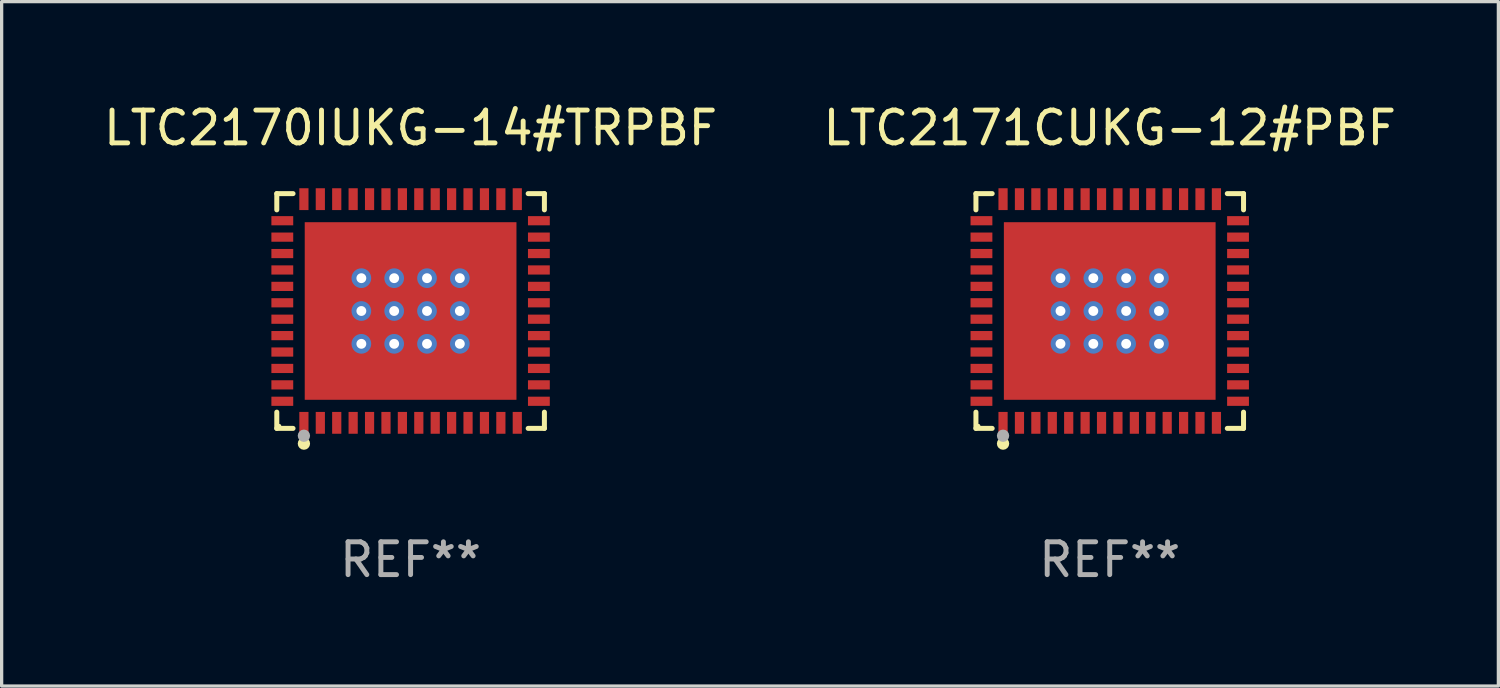
<source format=kicad_pcb>
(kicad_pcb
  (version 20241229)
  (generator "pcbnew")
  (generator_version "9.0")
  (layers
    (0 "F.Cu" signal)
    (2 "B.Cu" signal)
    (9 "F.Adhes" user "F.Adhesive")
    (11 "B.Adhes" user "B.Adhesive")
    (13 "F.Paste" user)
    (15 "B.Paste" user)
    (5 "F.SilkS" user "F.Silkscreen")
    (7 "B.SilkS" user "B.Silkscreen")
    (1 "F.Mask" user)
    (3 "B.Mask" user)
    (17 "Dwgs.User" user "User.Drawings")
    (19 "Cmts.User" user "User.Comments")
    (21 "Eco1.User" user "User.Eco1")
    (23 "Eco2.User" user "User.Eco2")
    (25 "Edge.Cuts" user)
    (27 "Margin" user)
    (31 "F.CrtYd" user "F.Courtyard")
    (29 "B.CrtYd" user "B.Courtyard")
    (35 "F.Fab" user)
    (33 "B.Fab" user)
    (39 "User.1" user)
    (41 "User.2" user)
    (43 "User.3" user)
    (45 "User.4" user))
  (footprint "LTC2171CUKG-12#PBF"
    (layer "F.Cu")
    (at 30.756 6.424)
    (property "Reference" "LTC2171CUKG-12#PBF" (at 0 -5.576 0) (layer "F.SilkS") (effects (font (size 1 1) (thickness 0.15))))
    (attr through_hole)
    (fp_line (start -4.076 -3.576) (end -3.581 -3.576) (stroke (width 0.152) (type solid)) (layer "F.SilkS"))
    (fp_line (start -4.076 -3.081) (end -4.076 -3.576) (stroke (width 0.152) (type solid)) (layer "F.SilkS"))
    (fp_line (start -4.076 3.081) (end -4.076 3.576) (stroke (width 0.152) (type solid)) (layer "F.SilkS"))
    (fp_line (start -4.076 3.576) (end -3.581 3.576) (stroke (width 0.152) (type solid)) (layer "F.SilkS"))
    (fp_line (start 4.076 -3.576) (end 3.581 -3.576) (stroke (width 0.152) (type solid)) (layer "F.SilkS"))
    (fp_line (start 4.076 -3.081) (end 4.076 -3.576) (stroke (width 0.152) (type solid)) (layer "F.SilkS"))
    (fp_line (start 4.076 3.081) (end 4.076 3.576) (stroke (width 0.152) (type solid)) (layer "F.SilkS"))
    (fp_line (start 4.076 3.576) (end 3.581 3.576) (stroke (width 0.152) (type solid)) (layer "F.SilkS"))
    (fp_circle (center -4 3.5) (end -3.97 3.5) (stroke (width 0.06) (type solid)) (fill no) (layer "F.SilkS"))
    (fp_circle (center -3.25 4.04) (end -3.156 4.04) (stroke (width 0.188) (type solid)) (fill no) (layer "F.SilkS"))
    (fp_circle (center -3.25 3.8) (end -3.156 3.8) (stroke (width 0.188) (type solid)) (fill no) (layer "F.Fab"))
    (fp_text user "REF**" (at 0 7.576 0) (layer "F.Fab") (effects (font (size 1 1) (thickness 0.15))))
    (pad "1" smd rect (at -3.25 3.407) (size 0.28 0.665) (layers "F.Cu" "F.Mask" "F.Paste"))
    (pad "2" smd rect (at -2.75 3.407) (size 0.28 0.665) (layers "F.Cu" "F.Mask" "F.Paste"))
    (pad "3" smd rect (at -2.25 3.407) (size 0.28 0.665) (layers "F.Cu" "F.Mask" "F.Paste"))
    (pad "4" smd rect (at -1.75 3.407) (size 0.28 0.665) (layers "F.Cu" "F.Mask" "F.Paste"))
    (pad "5" smd rect (at -1.25 3.407) (size 0.28 0.665) (layers "F.Cu" "F.Mask" "F.Paste"))
    (pad "6" smd rect (at -0.75 3.407) (size 0.28 0.665) (layers "F.Cu" "F.Mask" "F.Paste"))
    (pad "7" smd rect (at -0.25 3.407) (size 0.28 0.665) (layers "F.Cu" "F.Mask" "F.Paste"))
    (pad "8" smd rect (at 0.25 3.407) (size 0.28 0.665) (layers "F.Cu" "F.Mask" "F.Paste"))
    (pad "9" smd rect (at 0.75 3.407) (size 0.28 0.665) (layers "F.Cu" "F.Mask" "F.Paste"))
    (pad "10" smd rect (at 1.25 3.407) (size 0.28 0.665) (layers "F.Cu" "F.Mask" "F.Paste"))
    (pad "11" smd rect (at 1.75 3.407) (size 0.28 0.665) (layers "F.Cu" "F.Mask" "F.Paste"))
    (pad "12" smd rect (at 2.25 3.407) (size 0.28 0.665) (layers "F.Cu" "F.Mask" "F.Paste"))
    (pad "13" smd rect (at 2.75 3.407) (size 0.28 0.665) (layers "F.Cu" "F.Mask" "F.Paste"))
    (pad "14" smd rect (at 3.25 3.407) (size 0.28 0.665) (layers "F.Cu" "F.Mask" "F.Paste"))
    (pad "15" smd rect (at 3.908 2.75) (size 0.665 0.28) (layers "F.Cu" "F.Mask" "F.Paste"))
    (pad "16" smd rect (at 3.908 2.25) (size 0.665 0.28) (layers "F.Cu" "F.Mask" "F.Paste"))
    (pad "17" smd rect (at 3.908 1.75) (size 0.665 0.28) (layers "F.Cu" "F.Mask" "F.Paste"))
    (pad "18" smd rect (at 3.908 1.25) (size 0.665 0.28) (layers "F.Cu" "F.Mask" "F.Paste"))
    (pad "19" smd rect (at 3.908 0.75) (size 0.665 0.28) (layers "F.Cu" "F.Mask" "F.Paste"))
    (pad "20" smd rect (at 3.908 0.25) (size 0.665 0.28) (layers "F.Cu" "F.Mask" "F.Paste"))
    (pad "21" smd rect (at 3.908 -0.25) (size 0.665 0.28) (layers "F.Cu" "F.Mask" "F.Paste"))
    (pad "22" smd rect (at 3.908 -0.75) (size 0.665 0.28) (layers "F.Cu" "F.Mask" "F.Paste"))
    (pad "23" smd rect (at 3.908 -1.25) (size 0.665 0.28) (layers "F.Cu" "F.Mask" "F.Paste"))
    (pad "24" smd rect (at 3.908 -1.75) (size 0.665 0.28) (layers "F.Cu" "F.Mask" "F.Paste"))
    (pad "25" smd rect (at 3.908 -2.25) (size 0.665 0.28) (layers "F.Cu" "F.Mask" "F.Paste"))
    (pad "26" smd rect (at 3.908 -2.75) (size 0.665 0.28) (layers "F.Cu" "F.Mask" "F.Paste"))
    (pad "27" smd rect (at 3.25 -3.407) (size 0.28 0.665) (layers "F.Cu" "F.Mask" "F.Paste"))
    (pad "28" smd rect (at 2.75 -3.407) (size 0.28 0.665) (layers "F.Cu" "F.Mask" "F.Paste"))
    (pad "29" smd rect (at 2.25 -3.407) (size 0.28 0.665) (layers "F.Cu" "F.Mask" "F.Paste"))
    (pad "30" smd rect (at 1.75 -3.407) (size 0.28 0.665) (layers "F.Cu" "F.Mask" "F.Paste"))
    (pad "31" smd rect (at 1.25 -3.407) (size 0.28 0.665) (layers "F.Cu" "F.Mask" "F.Paste"))
    (pad "32" smd rect (at 0.75 -3.407) (size 0.28 0.665) (layers "F.Cu" "F.Mask" "F.Paste"))
    (pad "33" smd rect (at 0.25 -3.407) (size 0.28 0.665) (layers "F.Cu" "F.Mask" "F.Paste"))
    (pad "34" smd rect (at -0.25 -3.407) (size 0.28 0.665) (layers "F.Cu" "F.Mask" "F.Paste"))
    (pad "35" smd rect (at -0.75 -3.407) (size 0.28 0.665) (layers "F.Cu" "F.Mask" "F.Paste"))
    (pad "36" smd rect (at -1.25 -3.407) (size 0.28 0.665) (layers "F.Cu" "F.Mask" "F.Paste"))
    (pad "37" smd rect (at -1.75 -3.407) (size 0.28 0.665) (layers "F.Cu" "F.Mask" "F.Paste"))
    (pad "38" smd rect (at -2.25 -3.407) (size 0.28 0.665) (layers "F.Cu" "F.Mask" "F.Paste"))
    (pad "39" smd rect (at -2.75 -3.407) (size 0.28 0.665) (layers "F.Cu" "F.Mask" "F.Paste"))
    (pad "40" smd rect (at -3.25 -3.407) (size 0.28 0.665) (layers "F.Cu" "F.Mask" "F.Paste"))
    (pad "41" smd rect (at -3.908 -2.75) (size 0.665 0.28) (layers "F.Cu" "F.Mask" "F.Paste"))
    (pad "42" smd rect (at -3.908 -2.25) (size 0.665 0.28) (layers "F.Cu" "F.Mask" "F.Paste"))
    (pad "43" smd rect (at -3.908 -1.75) (size 0.665 0.28) (layers "F.Cu" "F.Mask" "F.Paste"))
    (pad "44" smd rect (at -3.908 -1.25) (size 0.665 0.28) (layers "F.Cu" "F.Mask" "F.Paste"))
    (pad "45" smd rect (at -3.908 -0.75) (size 0.665 0.28) (layers "F.Cu" "F.Mask" "F.Paste"))
    (pad "46" smd rect (at -3.908 -0.25) (size 0.665 0.28) (layers "F.Cu" "F.Mask" "F.Paste"))
    (pad "47" smd rect (at -3.908 0.25) (size 0.665 0.28) (layers "F.Cu" "F.Mask" "F.Paste"))
    (pad "48" smd rect (at -3.908 0.75) (size 0.665 0.28) (layers "F.Cu" "F.Mask" "F.Paste"))
    (pad "49" smd rect (at -3.908 1.25) (size 0.665 0.28) (layers "F.Cu" "F.Mask" "F.Paste"))
    (pad "50" smd rect (at -3.908 1.75) (size 0.665 0.28) (layers "F.Cu" "F.Mask" "F.Paste"))
    (pad "51" smd rect (at -3.908 2.25) (size 0.665 0.28) (layers "F.Cu" "F.Mask" "F.Paste"))
    (pad "52" smd rect (at -3.908 2.75) (size 0.665 0.28) (layers "F.Cu" "F.Mask" "F.Paste"))
    (pad "53" thru_hole circle (at -1.5 -1) (size 0.6 0.6) (drill 0.3) (layers "*.Cu" "*.Mask"))
    (pad "53" thru_hole circle (at -1.5 0) (size 0.6 0.6) (drill 0.3) (layers "*.Cu" "*.Mask"))
    (pad "53" thru_hole circle (at -1.5 1) (size 0.6 0.6) (drill 0.3) (layers "*.Cu" "*.Mask"))
    (pad "53" thru_hole circle (at -0.5 -1) (size 0.6 0.6) (drill 0.3) (layers "*.Cu" "*.Mask"))
    (pad "53" thru_hole circle (at -0.5 0) (size 0.6 0.6) (drill 0.3) (layers "*.Cu" "*.Mask"))
    (pad "53" thru_hole circle (at -0.5 1) (size 0.6 0.6) (drill 0.3) (layers "*.Cu" "*.Mask"))
    (pad "53" smd rect (at 0 0) (size 6.45 5.41) (layers "F.Cu" "F.Mask" "F.Paste"))
    (pad "53" thru_hole circle (at 0.5 -1) (size 0.6 0.6) (drill 0.3) (layers "*.Cu" "*.Mask"))
    (pad "53" thru_hole circle (at 0.5 0) (size 0.6 0.6) (drill 0.3) (layers "*.Cu" "*.Mask"))
    (pad "53" thru_hole circle (at 0.5 1) (size 0.6 0.6) (drill 0.3) (layers "*.Cu" "*.Mask"))
    (pad "53" thru_hole circle (at 1.5 -1) (size 0.6 0.6) (drill 0.3) (layers "*.Cu" "*.Mask"))
    (pad "53" thru_hole circle (at 1.5 0) (size 0.6 0.6) (drill 0.3) (layers "*.Cu" "*.Mask"))
    (pad "53" thru_hole circle (at 1.5 1) (size 0.6 0.6) (drill 0.3) (layers "*.Cu" "*.Mask")))
  (footprint "LTC2170IUKG-14#TRPBF"
    (layer "F.Cu")
    (at 9.458 6.424)
    (property "Reference" "LTC2170IUKG-14#TRPBF" (at 0 -5.576 0) (layer "F.SilkS") (effects (font (size 1 1) (thickness 0.15))))
    (attr through_hole)
    (fp_line (start -4.076 -3.576) (end -3.581 -3.576) (stroke (width 0.152) (type solid)) (layer "F.SilkS"))
    (fp_line (start -4.076 -3.081) (end -4.076 -3.576) (stroke (width 0.152) (type solid)) (layer "F.SilkS"))
    (fp_line (start -4.076 3.081) (end -4.076 3.576) (stroke (width 0.152) (type solid)) (layer "F.SilkS"))
    (fp_line (start -4.076 3.576) (end -3.581 3.576) (stroke (width 0.152) (type solid)) (layer "F.SilkS"))
    (fp_line (start 4.076 -3.576) (end 3.581 -3.576) (stroke (width 0.152) (type solid)) (layer "F.SilkS"))
    (fp_line (start 4.076 -3.081) (end 4.076 -3.576) (stroke (width 0.152) (type solid)) (layer "F.SilkS"))
    (fp_line (start 4.076 3.081) (end 4.076 3.576) (stroke (width 0.152) (type solid)) (layer "F.SilkS"))
    (fp_line (start 4.076 3.576) (end 3.581 3.576) (stroke (width 0.152) (type solid)) (layer "F.SilkS"))
    (fp_circle (center -4 3.5) (end -3.97 3.5) (stroke (width 0.06) (type solid)) (fill no) (layer "F.SilkS"))
    (fp_circle (center -3.25 4.04) (end -3.156 4.04) (stroke (width 0.188) (type solid)) (fill no) (layer "F.SilkS"))
    (fp_circle (center -3.25 3.8) (end -3.156 3.8) (stroke (width 0.188) (type solid)) (fill no) (layer "F.Fab"))
    (fp_text user "REF**" (at 0 7.576 0) (layer "F.Fab") (effects (font (size 1 1) (thickness 0.15))))
    (pad "1" smd rect (at -3.25 3.407) (size 0.28 0.665) (layers "F.Cu" "F.Mask" "F.Paste"))
    (pad "2" smd rect (at -2.75 3.407) (size 0.28 0.665) (layers "F.Cu" "F.Mask" "F.Paste"))
    (pad "3" smd rect (at -2.25 3.407) (size 0.28 0.665) (layers "F.Cu" "F.Mask" "F.Paste"))
    (pad "4" smd rect (at -1.75 3.407) (size 0.28 0.665) (layers "F.Cu" "F.Mask" "F.Paste"))
    (pad "5" smd rect (at -1.25 3.407) (size 0.28 0.665) (layers "F.Cu" "F.Mask" "F.Paste"))
    (pad "6" smd rect (at -0.75 3.407) (size 0.28 0.665) (layers "F.Cu" "F.Mask" "F.Paste"))
    (pad "7" smd rect (at -0.25 3.407) (size 0.28 0.665) (layers "F.Cu" "F.Mask" "F.Paste"))
    (pad "8" smd rect (at 0.25 3.407) (size 0.28 0.665) (layers "F.Cu" "F.Mask" "F.Paste"))
    (pad "9" smd rect (at 0.75 3.407) (size 0.28 0.665) (layers "F.Cu" "F.Mask" "F.Paste"))
    (pad "10" smd rect (at 1.25 3.407) (size 0.28 0.665) (layers "F.Cu" "F.Mask" "F.Paste"))
    (pad "11" smd rect (at 1.75 3.407) (size 0.28 0.665) (layers "F.Cu" "F.Mask" "F.Paste"))
    (pad "12" smd rect (at 2.25 3.407) (size 0.28 0.665) (layers "F.Cu" "F.Mask" "F.Paste"))
    (pad "13" smd rect (at 2.75 3.407) (size 0.28 0.665) (layers "F.Cu" "F.Mask" "F.Paste"))
    (pad "14" smd rect (at 3.25 3.407) (size 0.28 0.665) (layers "F.Cu" "F.Mask" "F.Paste"))
    (pad "15" smd rect (at 3.908 2.75) (size 0.665 0.28) (layers "F.Cu" "F.Mask" "F.Paste"))
    (pad "16" smd rect (at 3.908 2.25) (size 0.665 0.28) (layers "F.Cu" "F.Mask" "F.Paste"))
    (pad "17" smd rect (at 3.908 1.75) (size 0.665 0.28) (layers "F.Cu" "F.Mask" "F.Paste"))
    (pad "18" smd rect (at 3.908 1.25) (size 0.665 0.28) (layers "F.Cu" "F.Mask" "F.Paste"))
    (pad "19" smd rect (at 3.908 0.75) (size 0.665 0.28) (layers "F.Cu" "F.Mask" "F.Paste"))
    (pad "20" smd rect (at 3.908 0.25) (size 0.665 0.28) (layers "F.Cu" "F.Mask" "F.Paste"))
    (pad "21" smd rect (at 3.908 -0.25) (size 0.665 0.28) (layers "F.Cu" "F.Mask" "F.Paste"))
    (pad "22" smd rect (at 3.908 -0.75) (size 0.665 0.28) (layers "F.Cu" "F.Mask" "F.Paste"))
    (pad "23" smd rect (at 3.908 -1.25) (size 0.665 0.28) (layers "F.Cu" "F.Mask" "F.Paste"))
    (pad "24" smd rect (at 3.908 -1.75) (size 0.665 0.28) (layers "F.Cu" "F.Mask" "F.Paste"))
    (pad "25" smd rect (at 3.908 -2.25) (size 0.665 0.28) (layers "F.Cu" "F.Mask" "F.Paste"))
    (pad "26" smd rect (at 3.908 -2.75) (size 0.665 0.28) (layers "F.Cu" "F.Mask" "F.Paste"))
    (pad "27" smd rect (at 3.25 -3.407) (size 0.28 0.665) (layers "F.Cu" "F.Mask" "F.Paste"))
    (pad "28" smd rect (at 2.75 -3.407) (size 0.28 0.665) (layers "F.Cu" "F.Mask" "F.Paste"))
    (pad "29" smd rect (at 2.25 -3.407) (size 0.28 0.665) (layers "F.Cu" "F.Mask" "F.Paste"))
    (pad "30" smd rect (at 1.75 -3.407) (size 0.28 0.665) (layers "F.Cu" "F.Mask" "F.Paste"))
    (pad "31" smd rect (at 1.25 -3.407) (size 0.28 0.665) (layers "F.Cu" "F.Mask" "F.Paste"))
    (pad "32" smd rect (at 0.75 -3.407) (size 0.28 0.665) (layers "F.Cu" "F.Mask" "F.Paste"))
    (pad "33" smd rect (at 0.25 -3.407) (size 0.28 0.665) (layers "F.Cu" "F.Mask" "F.Paste"))
    (pad "34" smd rect (at -0.25 -3.407) (size 0.28 0.665) (layers "F.Cu" "F.Mask" "F.Paste"))
    (pad "35" smd rect (at -0.75 -3.407) (size 0.28 0.665) (layers "F.Cu" "F.Mask" "F.Paste"))
    (pad "36" smd rect (at -1.25 -3.407) (size 0.28 0.665) (layers "F.Cu" "F.Mask" "F.Paste"))
    (pad "37" smd rect (at -1.75 -3.407) (size 0.28 0.665) (layers "F.Cu" "F.Mask" "F.Paste"))
    (pad "38" smd rect (at -2.25 -3.407) (size 0.28 0.665) (layers "F.Cu" "F.Mask" "F.Paste"))
    (pad "39" smd rect (at -2.75 -3.407) (size 0.28 0.665) (layers "F.Cu" "F.Mask" "F.Paste"))
    (pad "40" smd rect (at -3.25 -3.407) (size 0.28 0.665) (layers "F.Cu" "F.Mask" "F.Paste"))
    (pad "41" smd rect (at -3.908 -2.75) (size 0.665 0.28) (layers "F.Cu" "F.Mask" "F.Paste"))
    (pad "42" smd rect (at -3.908 -2.25) (size 0.665 0.28) (layers "F.Cu" "F.Mask" "F.Paste"))
    (pad "43" smd rect (at -3.908 -1.75) (size 0.665 0.28) (layers "F.Cu" "F.Mask" "F.Paste"))
    (pad "44" smd rect (at -3.908 -1.25) (size 0.665 0.28) (layers "F.Cu" "F.Mask" "F.Paste"))
    (pad "45" smd rect (at -3.908 -0.75) (size 0.665 0.28) (layers "F.Cu" "F.Mask" "F.Paste"))
    (pad "46" smd rect (at -3.908 -0.25) (size 0.665 0.28) (layers "F.Cu" "F.Mask" "F.Paste"))
    (pad "47" smd rect (at -3.908 0.25) (size 0.665 0.28) (layers "F.Cu" "F.Mask" "F.Paste"))
    (pad "48" smd rect (at -3.908 0.75) (size 0.665 0.28) (layers "F.Cu" "F.Mask" "F.Paste"))
    (pad "49" smd rect (at -3.908 1.25) (size 0.665 0.28) (layers "F.Cu" "F.Mask" "F.Paste"))
    (pad "50" smd rect (at -3.908 1.75) (size 0.665 0.28) (layers "F.Cu" "F.Mask" "F.Paste"))
    (pad "51" smd rect (at -3.908 2.25) (size 0.665 0.28) (layers "F.Cu" "F.Mask" "F.Paste"))
    (pad "52" smd rect (at -3.908 2.75) (size 0.665 0.28) (layers "F.Cu" "F.Mask" "F.Paste"))
    (pad "53" thru_hole circle (at -1.5 -1) (size 0.6 0.6) (drill 0.3) (layers "*.Cu" "*.Mask"))
    (pad "53" thru_hole circle (at -1.5 0) (size 0.6 0.6) (drill 0.3) (layers "*.Cu" "*.Mask"))
    (pad "53" thru_hole circle (at -1.5 1) (size 0.6 0.6) (drill 0.3) (layers "*.Cu" "*.Mask"))
    (pad "53" thru_hole circle (at -0.5 -1) (size 0.6 0.6) (drill 0.3) (layers "*.Cu" "*.Mask"))
    (pad "53" thru_hole circle (at -0.5 0) (size 0.6 0.6) (drill 0.3) (layers "*.Cu" "*.Mask"))
    (pad "53" thru_hole circle (at -0.5 1) (size 0.6 0.6) (drill 0.3) (layers "*.Cu" "*.Mask"))
    (pad "53" smd rect (at 0 0) (size 6.45 5.41) (layers "F.Cu" "F.Mask" "F.Paste"))
    (pad "53" thru_hole circle (at 0.5 -1) (size 0.6 0.6) (drill 0.3) (layers "*.Cu" "*.Mask"))
    (pad "53" thru_hole circle (at 0.5 0) (size 0.6 0.6) (drill 0.3) (layers "*.Cu" "*.Mask"))
    (pad "53" thru_hole circle (at 0.5 1) (size 0.6 0.6) (drill 0.3) (layers "*.Cu" "*.Mask"))
    (pad "53" thru_hole circle (at 1.5 -1) (size 0.6 0.6) (drill 0.3) (layers "*.Cu" "*.Mask"))
    (pad "53" thru_hole circle (at 1.5 0) (size 0.6 0.6) (drill 0.3) (layers "*.Cu" "*.Mask"))
    (pad "53" thru_hole circle (at 1.5 1) (size 0.6 0.6) (drill 0.3) (layers "*.Cu" "*.Mask")))
  (gr_rect
    (start -3 -3)
    (end 42.595 17.849)
    (stroke (width 0.1) (type default))
    (fill no)
    (layer "Edge.Cuts")))
</source>
